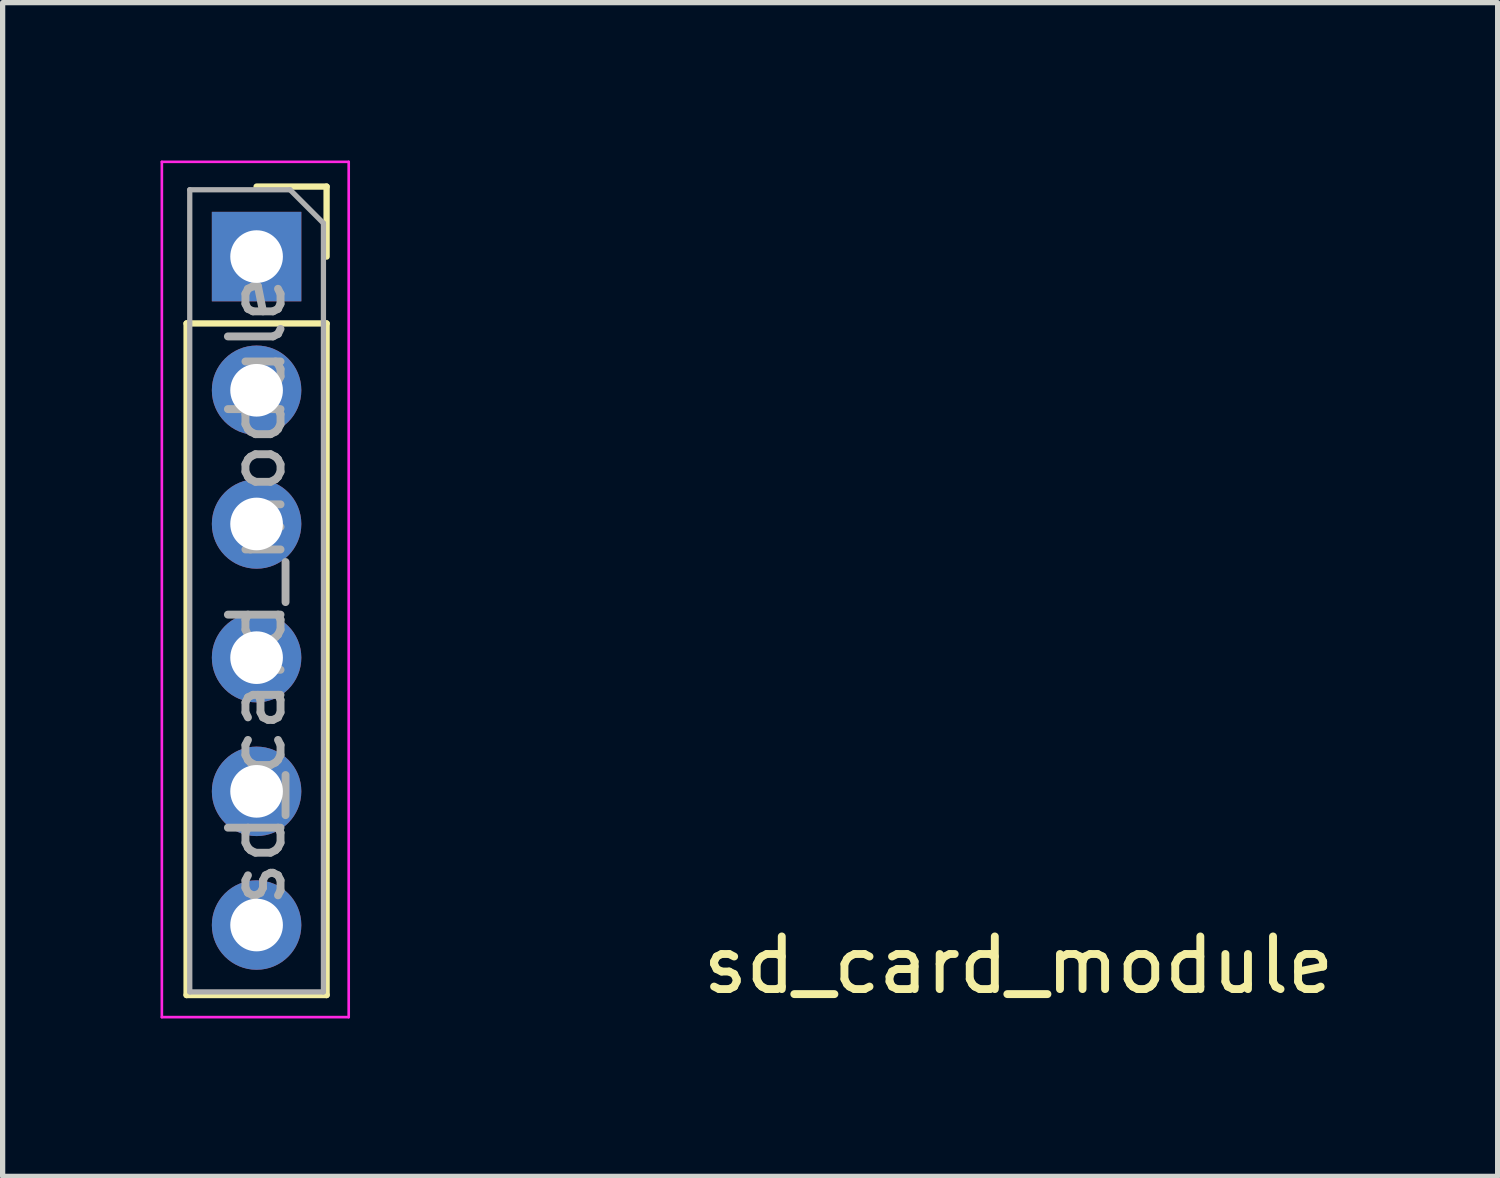
<source format=kicad_pcb>
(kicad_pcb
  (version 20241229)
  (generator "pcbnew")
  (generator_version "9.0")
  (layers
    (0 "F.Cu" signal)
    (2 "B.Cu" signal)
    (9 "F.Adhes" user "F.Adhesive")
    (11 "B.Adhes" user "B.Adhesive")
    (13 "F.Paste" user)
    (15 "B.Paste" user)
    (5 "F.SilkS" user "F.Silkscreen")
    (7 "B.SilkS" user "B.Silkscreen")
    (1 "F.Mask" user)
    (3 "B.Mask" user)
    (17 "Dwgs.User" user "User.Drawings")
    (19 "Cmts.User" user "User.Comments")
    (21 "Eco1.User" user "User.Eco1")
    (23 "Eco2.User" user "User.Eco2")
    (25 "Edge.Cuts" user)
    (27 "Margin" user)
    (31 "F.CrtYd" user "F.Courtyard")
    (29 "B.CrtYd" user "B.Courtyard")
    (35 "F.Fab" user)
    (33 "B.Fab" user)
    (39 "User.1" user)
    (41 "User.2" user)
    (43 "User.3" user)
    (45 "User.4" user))
  (footprint "sd_card_module"
    (layer "F.Cu")
    (at 16.303 5.635)
    (property "Reference" "sd_card_module" (at 0 9.652 0) (layer "F.SilkS") (effects (font (size 1 1) (thickness 0.15))))
    (attr through_hole)
    (fp_line (start -15.808 -2.54) (end -15.808 10.22) (stroke (width 0.12) (type solid)) (layer "F.SilkS"))
    (fp_line (start -15.808 -2.54) (end -13.148 -2.54) (stroke (width 0.12) (type solid)) (layer "F.SilkS"))
    (fp_line (start -15.808 10.22) (end -13.148 10.22) (stroke (width 0.12) (type solid)) (layer "F.SilkS"))
    (fp_line (start -14.478 -5.14) (end -13.148 -5.14) (stroke (width 0.12) (type solid)) (layer "F.SilkS"))
    (fp_line (start -13.148 -5.14) (end -13.148 -3.81) (stroke (width 0.12) (type solid)) (layer "F.SilkS"))
    (fp_line (start -13.148 -2.54) (end -13.148 10.22) (stroke (width 0.12) (type solid)) (layer "F.SilkS"))
    (fp_line (start -16.278 -5.61) (end -12.728 -5.61) (stroke (width 0.05) (type solid)) (layer "F.CrtYd"))
    (fp_line (start -16.278 10.64) (end -16.278 -5.61) (stroke (width 0.05) (type solid)) (layer "F.CrtYd"))
    (fp_line (start -12.728 -5.61) (end -12.728 10.64) (stroke (width 0.05) (type solid)) (layer "F.CrtYd"))
    (fp_line (start -12.728 10.64) (end -16.278 10.64) (stroke (width 0.05) (type solid)) (layer "F.CrtYd"))
    (fp_line (start -15.748 -5.08) (end -13.843 -5.08) (stroke (width 0.1) (type solid)) (layer "F.Fab"))
    (fp_line (start -15.748 10.16) (end -15.748 -5.08) (stroke (width 0.1) (type solid)) (layer "F.Fab"))
    (fp_line (start -13.843 -5.08) (end -13.208 -4.445) (stroke (width 0.1) (type solid)) (layer "F.Fab"))
    (fp_line (start -13.208 -4.445) (end -13.208 10.16) (stroke (width 0.1) (type solid)) (layer "F.Fab"))
    (fp_line (start -13.208 10.16) (end -15.748 10.16) (stroke (width 0.1) (type solid)) (layer "F.Fab"))
    (fp_text user "${REFERENCE}" (at -14.478 2.54 90) (layer "F.Fab") (effects (font (size 1 1) (thickness 0.15))))
    (pad "1" thru_hole rect (at -14.478 -3.81) (size 1.7 1.7) (drill 1) (layers "*.Cu" "*.Mask"))
    (pad "2" thru_hole oval (at -14.478 -1.27) (size 1.7 1.7) (drill 1) (layers "*.Cu" "*.Mask"))
    (pad "3" thru_hole oval (at -14.478 1.27) (size 1.7 1.7) (drill 1) (layers "*.Cu" "*.Mask"))
    (pad "4" thru_hole oval (at -14.478 3.81) (size 1.7 1.7) (drill 1) (layers "*.Cu" "*.Mask"))
    (pad "5" thru_hole oval (at -14.478 6.35) (size 1.7 1.7) (drill 1) (layers "*.Cu" "*.Mask"))
    (pad "6" thru_hole oval (at -14.478 8.89) (size 1.7 1.7) (drill 1) (layers "*.Cu" "*.Mask")))
  (gr_rect
    (start -3 -3)
    (end 25.404 19.3)
    (stroke (width 0.1) (type default))
    (fill no)
    (layer "Edge.Cuts")))
</source>
